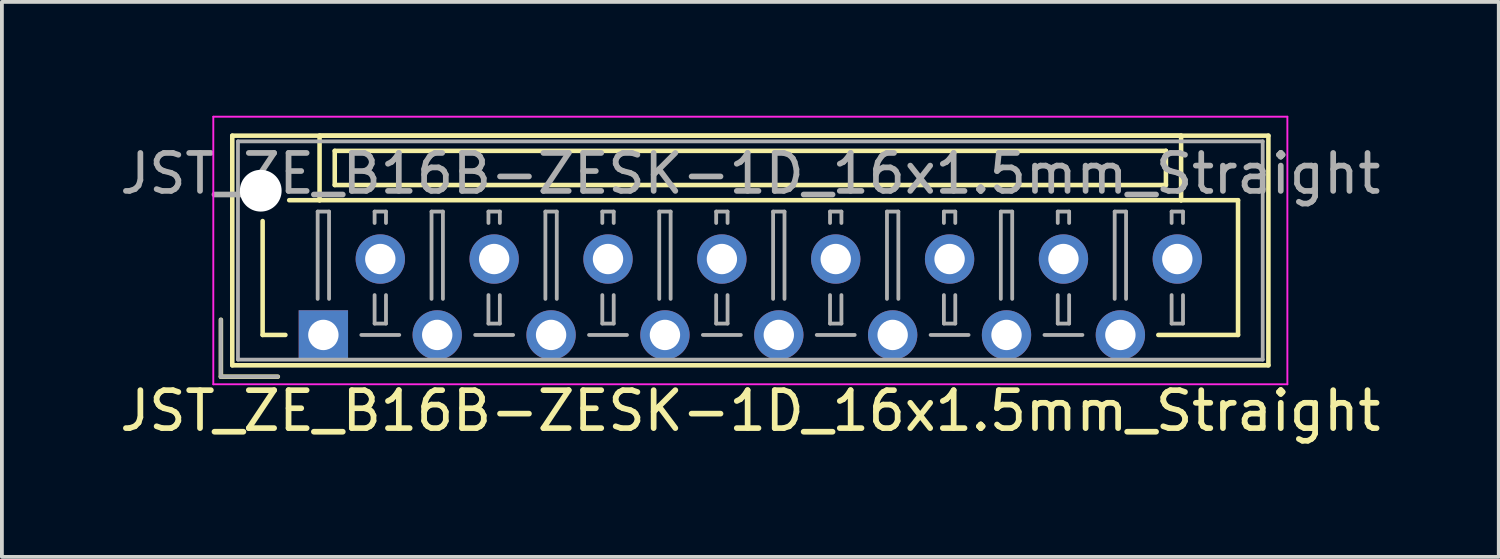
<source format=kicad_pcb>
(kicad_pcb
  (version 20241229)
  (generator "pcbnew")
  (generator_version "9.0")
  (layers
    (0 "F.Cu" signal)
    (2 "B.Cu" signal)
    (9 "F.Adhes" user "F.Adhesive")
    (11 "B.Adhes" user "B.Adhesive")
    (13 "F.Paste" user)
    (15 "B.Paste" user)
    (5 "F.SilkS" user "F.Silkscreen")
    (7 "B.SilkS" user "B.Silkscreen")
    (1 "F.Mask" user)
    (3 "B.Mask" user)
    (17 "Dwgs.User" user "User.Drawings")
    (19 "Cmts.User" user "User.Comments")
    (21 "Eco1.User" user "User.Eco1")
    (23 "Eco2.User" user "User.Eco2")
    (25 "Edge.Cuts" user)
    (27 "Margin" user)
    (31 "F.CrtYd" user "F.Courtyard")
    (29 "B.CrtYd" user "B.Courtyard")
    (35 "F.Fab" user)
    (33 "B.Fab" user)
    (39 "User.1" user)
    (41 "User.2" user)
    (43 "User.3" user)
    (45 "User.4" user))
  (footprint "JST_ZE_B16B-ZESK-1D_16x1.5mm_Straight"
    (layer "F.Cu")
    (at 5.47 5.775)
    (property "Reference" "JST_ZE_B16B-ZESK-1D_16x1.5mm_Straight" (at 11.25 2 0) (layer "F.SilkS") (effects (font (size 1 1) (thickness 0.15))))
    (attr through_hole)
    (fp_line (start -2.7 -0.4) (end -2.7 1.1) (stroke (width 0.12) (type solid)) (layer "F.SilkS"))
    (fp_line (start -2.7 1.1) (end -1.2 1.1) (stroke (width 0.12) (type solid)) (layer "F.SilkS"))
    (fp_line (start -2.4 -5.25) (end -2.4 0.8) (stroke (width 0.12) (type solid)) (layer "F.SilkS"))
    (fp_line (start -2.4 0.8) (end 24.9 0.8) (stroke (width 0.12) (type solid)) (layer "F.SilkS"))
    (fp_line (start -1.6 -3) (end -1.6 0) (stroke (width 0.12) (type solid)) (layer "F.SilkS"))
    (fp_line (start -1.6 0) (end -1 0) (stroke (width 0.12) (type solid)) (layer "F.SilkS"))
    (fp_line (start -0.1 -5.25) (end -0.1 -3.55) (stroke (width 0.12) (type solid)) (layer "F.SilkS"))
    (fp_line (start -0.1 -3.55) (end -0.9 -3.55) (stroke (width 0.12) (type solid)) (layer "F.SilkS"))
    (fp_line (start -0.1 -3.55) (end 22.6 -3.55) (stroke (width 0.12) (type solid)) (layer "F.SilkS"))
    (fp_line (start 0.3 -4.85) (end 0.3 -3.95) (stroke (width 0.12) (type solid)) (layer "F.SilkS"))
    (fp_line (start 0.3 -3.95) (end 22.2 -3.95) (stroke (width 0.12) (type solid)) (layer "F.SilkS"))
    (fp_line (start 22.2 -4.85) (end 0.3 -4.85) (stroke (width 0.12) (type solid)) (layer "F.SilkS"))
    (fp_line (start 22.2 -3.95) (end 22.2 -4.85) (stroke (width 0.12) (type solid)) (layer "F.SilkS"))
    (fp_line (start 22.6 -5.25) (end -0.1 -5.25) (stroke (width 0.12) (type solid)) (layer "F.SilkS"))
    (fp_line (start 22.6 -3.55) (end 22.6 -5.25) (stroke (width 0.12) (type solid)) (layer "F.SilkS"))
    (fp_line (start 22.6 -3.55) (end 24.1 -3.55) (stroke (width 0.12) (type solid)) (layer "F.SilkS"))
    (fp_line (start 24.1 -3.55) (end 24.1 0) (stroke (width 0.12) (type solid)) (layer "F.SilkS"))
    (fp_line (start 24.1 0) (end 22 0) (stroke (width 0.12) (type solid)) (layer "F.SilkS"))
    (fp_line (start 24.9 -5.25) (end -2.4 -5.25) (stroke (width 0.12) (type solid)) (layer "F.SilkS"))
    (fp_line (start 24.9 0.8) (end 24.9 -5.25) (stroke (width 0.12) (type solid)) (layer "F.SilkS"))
    (fp_line (start -2.9 -5.75) (end -2.9 1.3) (stroke (width 0.05) (type solid)) (layer "F.CrtYd"))
    (fp_line (start -2.9 1.3) (end 25.4 1.3) (stroke (width 0.05) (type solid)) (layer "F.CrtYd"))
    (fp_line (start 25.4 -5.75) (end -2.9 -5.75) (stroke (width 0.05) (type solid)) (layer "F.CrtYd"))
    (fp_line (start 25.4 1.3) (end 25.4 -5.75) (stroke (width 0.05) (type solid)) (layer "F.CrtYd"))
    (fp_line (start -2.7 -0.4) (end -2.7 1.1) (stroke (width 0.1) (type solid)) (layer "F.Fab"))
    (fp_line (start -2.7 1.1) (end -1.2 1.1) (stroke (width 0.1) (type solid)) (layer "F.Fab"))
    (fp_line (start -2.25 -5.1) (end -2.25 0.65) (stroke (width 0.1) (type solid)) (layer "F.Fab"))
    (fp_line (start -2.25 0.65) (end 24.75 0.65) (stroke (width 0.1) (type solid)) (layer "F.Fab"))
    (fp_line (start -0.15 -3.25) (end 0.15 -3.25) (stroke (width 0.1) (type solid)) (layer "F.Fab"))
    (fp_line (start -0.15 -0.95) (end -0.15 -3.25) (stroke (width 0.1) (type solid)) (layer "F.Fab"))
    (fp_line (start 0.15 -3.25) (end 0.15 -0.95) (stroke (width 0.1) (type solid)) (layer "F.Fab"))
    (fp_line (start 1 0) (end 2 0) (stroke (width 0.1) (type solid)) (layer "F.Fab"))
    (fp_line (start 1.35 -3.25) (end 1.65 -3.25) (stroke (width 0.1) (type solid)) (layer "F.Fab"))
    (fp_line (start 1.35 -2.95) (end 1.35 -3.25) (stroke (width 0.1) (type solid)) (layer "F.Fab"))
    (fp_line (start 1.35 -1.05) (end 1.35 -0.3) (stroke (width 0.1) (type solid)) (layer "F.Fab"))
    (fp_line (start 1.35 -0.3) (end 1.65 -0.3) (stroke (width 0.1) (type solid)) (layer "F.Fab"))
    (fp_line (start 1.65 -3.25) (end 1.65 -2.95) (stroke (width 0.1) (type solid)) (layer "F.Fab"))
    (fp_line (start 1.65 -0.3) (end 1.65 -1.05) (stroke (width 0.1) (type solid)) (layer "F.Fab"))
    (fp_line (start 2.85 -3.25) (end 3.15 -3.25) (stroke (width 0.1) (type solid)) (layer "F.Fab"))
    (fp_line (start 2.85 -0.95) (end 2.85 -3.25) (stroke (width 0.1) (type solid)) (layer "F.Fab"))
    (fp_line (start 3.15 -3.25) (end 3.15 -0.95) (stroke (width 0.1) (type solid)) (layer "F.Fab"))
    (fp_line (start 4 0) (end 5 0) (stroke (width 0.1) (type solid)) (layer "F.Fab"))
    (fp_line (start 4.35 -3.25) (end 4.65 -3.25) (stroke (width 0.1) (type solid)) (layer "F.Fab"))
    (fp_line (start 4.35 -2.95) (end 4.35 -3.25) (stroke (width 0.1) (type solid)) (layer "F.Fab"))
    (fp_line (start 4.35 -1.05) (end 4.35 -0.3) (stroke (width 0.1) (type solid)) (layer "F.Fab"))
    (fp_line (start 4.35 -0.3) (end 4.65 -0.3) (stroke (width 0.1) (type solid)) (layer "F.Fab"))
    (fp_line (start 4.65 -3.25) (end 4.65 -2.95) (stroke (width 0.1) (type solid)) (layer "F.Fab"))
    (fp_line (start 4.65 -0.3) (end 4.65 -1.05) (stroke (width 0.1) (type solid)) (layer "F.Fab"))
    (fp_line (start 5.85 -3.25) (end 6.15 -3.25) (stroke (width 0.1) (type solid)) (layer "F.Fab"))
    (fp_line (start 5.85 -0.95) (end 5.85 -3.25) (stroke (width 0.1) (type solid)) (layer "F.Fab"))
    (fp_line (start 6.15 -3.25) (end 6.15 -0.95) (stroke (width 0.1) (type solid)) (layer "F.Fab"))
    (fp_line (start 7 0) (end 8 0) (stroke (width 0.1) (type solid)) (layer "F.Fab"))
    (fp_line (start 7.35 -3.25) (end 7.65 -3.25) (stroke (width 0.1) (type solid)) (layer "F.Fab"))
    (fp_line (start 7.35 -2.95) (end 7.35 -3.25) (stroke (width 0.1) (type solid)) (layer "F.Fab"))
    (fp_line (start 7.35 -1.05) (end 7.35 -0.3) (stroke (width 0.1) (type solid)) (layer "F.Fab"))
    (fp_line (start 7.35 -0.3) (end 7.65 -0.3) (stroke (width 0.1) (type solid)) (layer "F.Fab"))
    (fp_line (start 7.65 -3.25) (end 7.65 -2.95) (stroke (width 0.1) (type solid)) (layer "F.Fab"))
    (fp_line (start 7.65 -0.3) (end 7.65 -1.05) (stroke (width 0.1) (type solid)) (layer "F.Fab"))
    (fp_line (start 8.85 -3.25) (end 9.15 -3.25) (stroke (width 0.1) (type solid)) (layer "F.Fab"))
    (fp_line (start 8.85 -0.95) (end 8.85 -3.25) (stroke (width 0.1) (type solid)) (layer "F.Fab"))
    (fp_line (start 9.15 -3.25) (end 9.15 -0.95) (stroke (width 0.1) (type solid)) (layer "F.Fab"))
    (fp_line (start 10 0) (end 11 0) (stroke (width 0.1) (type solid)) (layer "F.Fab"))
    (fp_line (start 10.35 -3.25) (end 10.65 -3.25) (stroke (width 0.1) (type solid)) (layer "F.Fab"))
    (fp_line (start 10.35 -2.95) (end 10.35 -3.25) (stroke (width 0.1) (type solid)) (layer "F.Fab"))
    (fp_line (start 10.35 -1.05) (end 10.35 -0.3) (stroke (width 0.1) (type solid)) (layer "F.Fab"))
    (fp_line (start 10.35 -0.3) (end 10.65 -0.3) (stroke (width 0.1) (type solid)) (layer "F.Fab"))
    (fp_line (start 10.65 -3.25) (end 10.65 -2.95) (stroke (width 0.1) (type solid)) (layer "F.Fab"))
    (fp_line (start 10.65 -0.3) (end 10.65 -1.05) (stroke (width 0.1) (type solid)) (layer "F.Fab"))
    (fp_line (start 11.85 -3.25) (end 12.15 -3.25) (stroke (width 0.1) (type solid)) (layer "F.Fab"))
    (fp_line (start 11.85 -0.95) (end 11.85 -3.25) (stroke (width 0.1) (type solid)) (layer "F.Fab"))
    (fp_line (start 12.15 -3.25) (end 12.15 -0.95) (stroke (width 0.1) (type solid)) (layer "F.Fab"))
    (fp_line (start 13 0) (end 14 0) (stroke (width 0.1) (type solid)) (layer "F.Fab"))
    (fp_line (start 13.35 -3.25) (end 13.65 -3.25) (stroke (width 0.1) (type solid)) (layer "F.Fab"))
    (fp_line (start 13.35 -2.95) (end 13.35 -3.25) (stroke (width 0.1) (type solid)) (layer "F.Fab"))
    (fp_line (start 13.35 -1.05) (end 13.35 -0.3) (stroke (width 0.1) (type solid)) (layer "F.Fab"))
    (fp_line (start 13.35 -0.3) (end 13.65 -0.3) (stroke (width 0.1) (type solid)) (layer "F.Fab"))
    (fp_line (start 13.65 -3.25) (end 13.65 -2.95) (stroke (width 0.1) (type solid)) (layer "F.Fab"))
    (fp_line (start 13.65 -0.3) (end 13.65 -1.05) (stroke (width 0.1) (type solid)) (layer "F.Fab"))
    (fp_line (start 14.85 -3.25) (end 15.15 -3.25) (stroke (width 0.1) (type solid)) (layer "F.Fab"))
    (fp_line (start 14.85 -0.95) (end 14.85 -3.25) (stroke (width 0.1) (type solid)) (layer "F.Fab"))
    (fp_line (start 15.15 -3.25) (end 15.15 -0.95) (stroke (width 0.1) (type solid)) (layer "F.Fab"))
    (fp_line (start 16 0) (end 17 0) (stroke (width 0.1) (type solid)) (layer "F.Fab"))
    (fp_line (start 16.35 -3.25) (end 16.65 -3.25) (stroke (width 0.1) (type solid)) (layer "F.Fab"))
    (fp_line (start 16.35 -2.95) (end 16.35 -3.25) (stroke (width 0.1) (type solid)) (layer "F.Fab"))
    (fp_line (start 16.35 -1.05) (end 16.35 -0.3) (stroke (width 0.1) (type solid)) (layer "F.Fab"))
    (fp_line (start 16.35 -0.3) (end 16.65 -0.3) (stroke (width 0.1) (type solid)) (layer "F.Fab"))
    (fp_line (start 16.65 -3.25) (end 16.65 -2.95) (stroke (width 0.1) (type solid)) (layer "F.Fab"))
    (fp_line (start 16.65 -0.3) (end 16.65 -1.05) (stroke (width 0.1) (type solid)) (layer "F.Fab"))
    (fp_line (start 17.85 -3.25) (end 18.15 -3.25) (stroke (width 0.1) (type solid)) (layer "F.Fab"))
    (fp_line (start 17.85 -0.95) (end 17.85 -3.25) (stroke (width 0.1) (type solid)) (layer "F.Fab"))
    (fp_line (start 18.15 -3.25) (end 18.15 -0.95) (stroke (width 0.1) (type solid)) (layer "F.Fab"))
    (fp_line (start 19 0) (end 20 0) (stroke (width 0.1) (type solid)) (layer "F.Fab"))
    (fp_line (start 19.35 -3.25) (end 19.65 -3.25) (stroke (width 0.1) (type solid)) (layer "F.Fab"))
    (fp_line (start 19.35 -2.95) (end 19.35 -3.25) (stroke (width 0.1) (type solid)) (layer "F.Fab"))
    (fp_line (start 19.35 -1.05) (end 19.35 -0.3) (stroke (width 0.1) (type solid)) (layer "F.Fab"))
    (fp_line (start 19.35 -0.3) (end 19.65 -0.3) (stroke (width 0.1) (type solid)) (layer "F.Fab"))
    (fp_line (start 19.65 -3.25) (end 19.65 -2.95) (stroke (width 0.1) (type solid)) (layer "F.Fab"))
    (fp_line (start 19.65 -0.3) (end 19.65 -1.05) (stroke (width 0.1) (type solid)) (layer "F.Fab"))
    (fp_line (start 20.85 -3.25) (end 21.15 -3.25) (stroke (width 0.1) (type solid)) (layer "F.Fab"))
    (fp_line (start 20.85 -0.95) (end 20.85 -3.25) (stroke (width 0.1) (type solid)) (layer "F.Fab"))
    (fp_line (start 21.15 -3.25) (end 21.15 -0.95) (stroke (width 0.1) (type solid)) (layer "F.Fab"))
    (fp_line (start 22.35 -3.25) (end 22.65 -3.25) (stroke (width 0.1) (type solid)) (layer "F.Fab"))
    (fp_line (start 22.35 -2.95) (end 22.35 -3.25) (stroke (width 0.1) (type solid)) (layer "F.Fab"))
    (fp_line (start 22.35 -1.05) (end 22.35 -0.3) (stroke (width 0.1) (type solid)) (layer "F.Fab"))
    (fp_line (start 22.35 -0.3) (end 22.65 -0.3) (stroke (width 0.1) (type solid)) (layer "F.Fab"))
    (fp_line (start 22.65 -3.25) (end 22.65 -2.95) (stroke (width 0.1) (type solid)) (layer "F.Fab"))
    (fp_line (start 22.65 -0.3) (end 22.65 -1.05) (stroke (width 0.1) (type solid)) (layer "F.Fab"))
    (fp_line (start 24.75 -5.1) (end -2.25 -5.1) (stroke (width 0.1) (type solid)) (layer "F.Fab"))
    (fp_line (start 24.75 0.65) (end 24.75 -5.1) (stroke (width 0.1) (type solid)) (layer "F.Fab"))
    (fp_text user "${REFERENCE}" (at 11.25 -4.25 0) (layer "F.Fab") (effects (font (size 1 1) (thickness 0.15))))
    (pad "" np_thru_hole circle (at -1.65 -3.8) (size 1.1 1.1) (drill 1.1) (layers "*.Cu"))
    (pad "1" thru_hole rect (at 0 0) (size 1.3 1.3) (drill 0.8) (layers "*.Cu" "*.Mask"))
    (pad "2" thru_hole circle (at 1.5 -2) (size 1.3 1.3) (drill 0.8) (layers "*.Cu" "*.Mask"))
    (pad "3" thru_hole circle (at 3 0) (size 1.3 1.3) (drill 0.8) (layers "*.Cu" "*.Mask"))
    (pad "4" thru_hole circle (at 4.5 -2) (size 1.3 1.3) (drill 0.8) (layers "*.Cu" "*.Mask"))
    (pad "5" thru_hole circle (at 6 0) (size 1.3 1.3) (drill 0.8) (layers "*.Cu" "*.Mask"))
    (pad "6" thru_hole circle (at 7.5 -2) (size 1.3 1.3) (drill 0.8) (layers "*.Cu" "*.Mask"))
    (pad "7" thru_hole circle (at 9 0) (size 1.3 1.3) (drill 0.8) (layers "*.Cu" "*.Mask"))
    (pad "8" thru_hole circle (at 10.5 -2) (size 1.3 1.3) (drill 0.8) (layers "*.Cu" "*.Mask"))
    (pad "9" thru_hole circle (at 12 0) (size 1.3 1.3) (drill 0.8) (layers "*.Cu" "*.Mask"))
    (pad "10" thru_hole circle (at 13.5 -2) (size 1.3 1.3) (drill 0.8) (layers "*.Cu" "*.Mask"))
    (pad "11" thru_hole circle (at 15 0) (size 1.3 1.3) (drill 0.8) (layers "*.Cu" "*.Mask"))
    (pad "12" thru_hole circle (at 16.5 -2) (size 1.3 1.3) (drill 0.8) (layers "*.Cu" "*.Mask"))
    (pad "13" thru_hole circle (at 18 0) (size 1.3 1.3) (drill 0.8) (layers "*.Cu" "*.Mask"))
    (pad "14" thru_hole circle (at 19.5 -2) (size 1.3 1.3) (drill 0.8) (layers "*.Cu" "*.Mask"))
    (pad "15" thru_hole circle (at 21 0) (size 1.3 1.3) (drill 0.8) (layers "*.Cu" "*.Mask"))
    (pad "16" thru_hole circle (at 22.5 -2) (size 1.3 1.3) (drill 0.8) (layers "*.Cu" "*.Mask")))
  (gr_rect
    (start -3 -3)
    (end 36.44 11.623)
    (stroke (width 0.1) (type default))
    (fill no)
    (layer "Edge.Cuts")))
</source>
